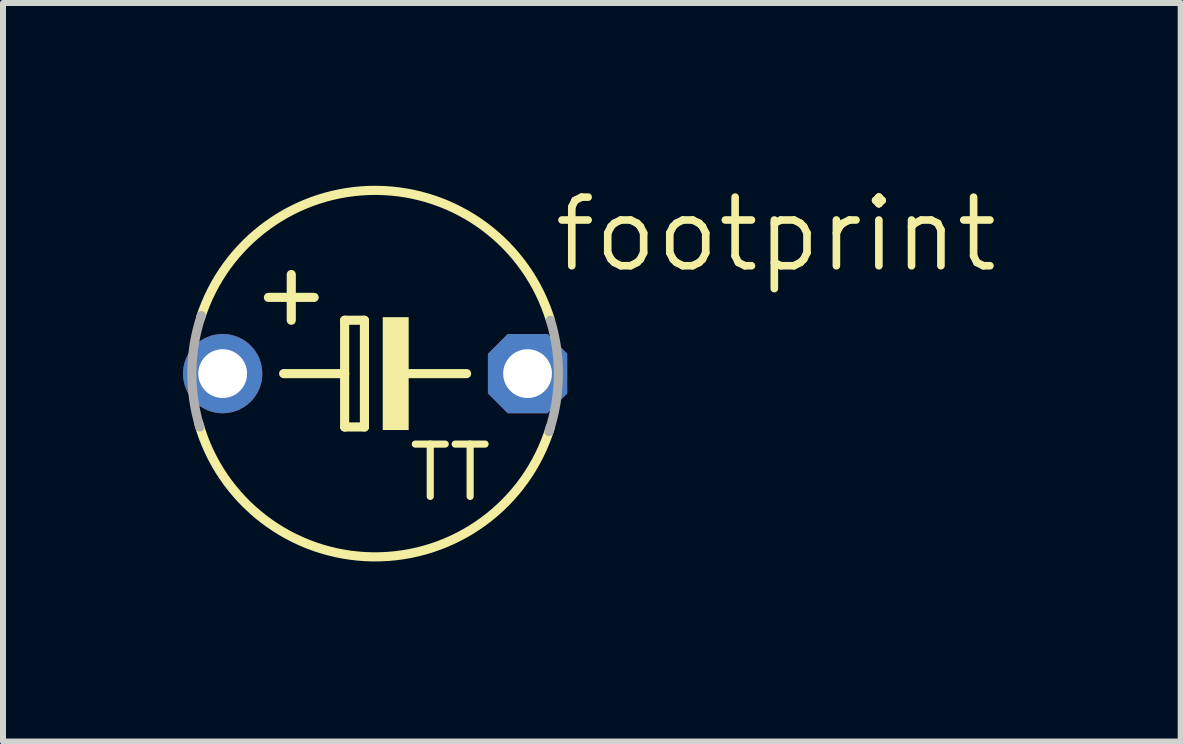
<source format=kicad_pcb>
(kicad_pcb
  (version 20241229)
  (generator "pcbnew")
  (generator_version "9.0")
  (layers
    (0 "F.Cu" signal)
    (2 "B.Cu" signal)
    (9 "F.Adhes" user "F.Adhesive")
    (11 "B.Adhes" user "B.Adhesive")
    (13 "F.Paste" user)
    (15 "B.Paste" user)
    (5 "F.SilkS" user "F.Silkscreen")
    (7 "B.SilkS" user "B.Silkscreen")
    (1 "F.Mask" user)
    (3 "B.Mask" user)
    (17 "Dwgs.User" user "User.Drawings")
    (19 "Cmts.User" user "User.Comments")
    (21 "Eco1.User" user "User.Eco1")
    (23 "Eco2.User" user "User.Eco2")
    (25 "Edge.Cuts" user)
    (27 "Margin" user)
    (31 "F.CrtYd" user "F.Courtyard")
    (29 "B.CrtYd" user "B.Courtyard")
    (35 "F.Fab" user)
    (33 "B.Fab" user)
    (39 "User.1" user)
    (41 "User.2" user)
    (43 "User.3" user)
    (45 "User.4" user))
  (footprint "footprint"
    (layer "F.Cu")
    (at 3.2 3.175)
    (property "Reference" "footprint" (at 2.921 -1.651 0) (layer "F.SilkS") (effects (font (size 1.143 1.143) (thickness 0.127)) (justify left bottom)))
    (fp_line (start -1.778 -1.27) (end -1.016 -1.27) (stroke (width 0.152) (type solid)) (layer "F.SilkS"))
    (fp_line (start -1.524 0) (end -0.508 0) (stroke (width 0.152) (type solid)) (layer "F.SilkS"))
    (fp_line (start -1.397 -1.651) (end -1.397 -0.889) (stroke (width 0.152) (type solid)) (layer "F.SilkS"))
    (fp_line (start -0.508 -0.889) (end -0.508 0) (stroke (width 0.152) (type solid)) (layer "F.SilkS"))
    (fp_line (start -0.508 0) (end -0.508 0.889) (stroke (width 0.152) (type solid)) (layer "F.SilkS"))
    (fp_line (start -0.508 0.889) (end -0.178 0.889) (stroke (width 0.152) (type solid)) (layer "F.SilkS"))
    (fp_line (start -0.178 -0.889) (end -0.508 -0.889) (stroke (width 0.152) (type solid)) (layer "F.SilkS"))
    (fp_line (start -0.178 0.889) (end -0.178 -0.889) (stroke (width 0.152) (type solid)) (layer "F.SilkS"))
    (fp_line (start 0.508 0) (end 1.524 0) (stroke (width 0.152) (type solid)) (layer "F.SilkS"))
    (fp_arc (start -2.908 -0.9307) (mid 0.021834 -3.053218) (end 2.921002 -0.889001) (stroke (width 0.1524) (type solid)) (layer "F.SilkS"))
    (fp_arc (start 2.921099 0.889) (mid -0.034265 3.05318) (end -2.9403 0.8232) (stroke (width 0.1524) (type solid)) (layer "F.SilkS"))
    (fp_poly (pts (xy 0.127 0.94) (xy 0.559 0.94) (xy 0.559 -0.94) (xy 0.127 -0.94)) (stroke (width 0) (type solid)) (fill yes) (layer "F.SilkS"))
    (fp_arc (start -2.921 0.889) (mid -3.053017 -0.040148) (end -2.8966 -0.9655) (stroke (width 0.1524) (type solid)) (layer "F.Fab"))
    (fp_arc (start 2.921 -0.889) (mid 3.053017 0.040148) (end 2.8966 0.9655) (stroke (width 0.1524) (type solid)) (layer "F.Fab"))
    (fp_text user "TT" (at 0.508 2.159 0) (layer "F.SilkS") (effects (font (size 0.872 0.872) (thickness 0.119)) (justify left bottom)))
    (pad "+" thru_hole circle (at -2.54 0) (size 1.321 1.321) (drill 0.813) (layers "*.Cu" "*.Mask"))
    (pad "-" thru_hole roundrect (at 2.54 0) (size 1.321 1.321) (drill 0.813) (layers "*.Cu" "*.Mask") (roundrect_rratio 0.25) (chamfer_ratio 0.25) (chamfer top_left top_right bottom_left bottom_right)))
  (gr_rect
    (start -3 -3)
    (end 16.622 9.305)
    (stroke (width 0.1) (type default))
    (fill no)
    (layer "Edge.Cuts")))
</source>
